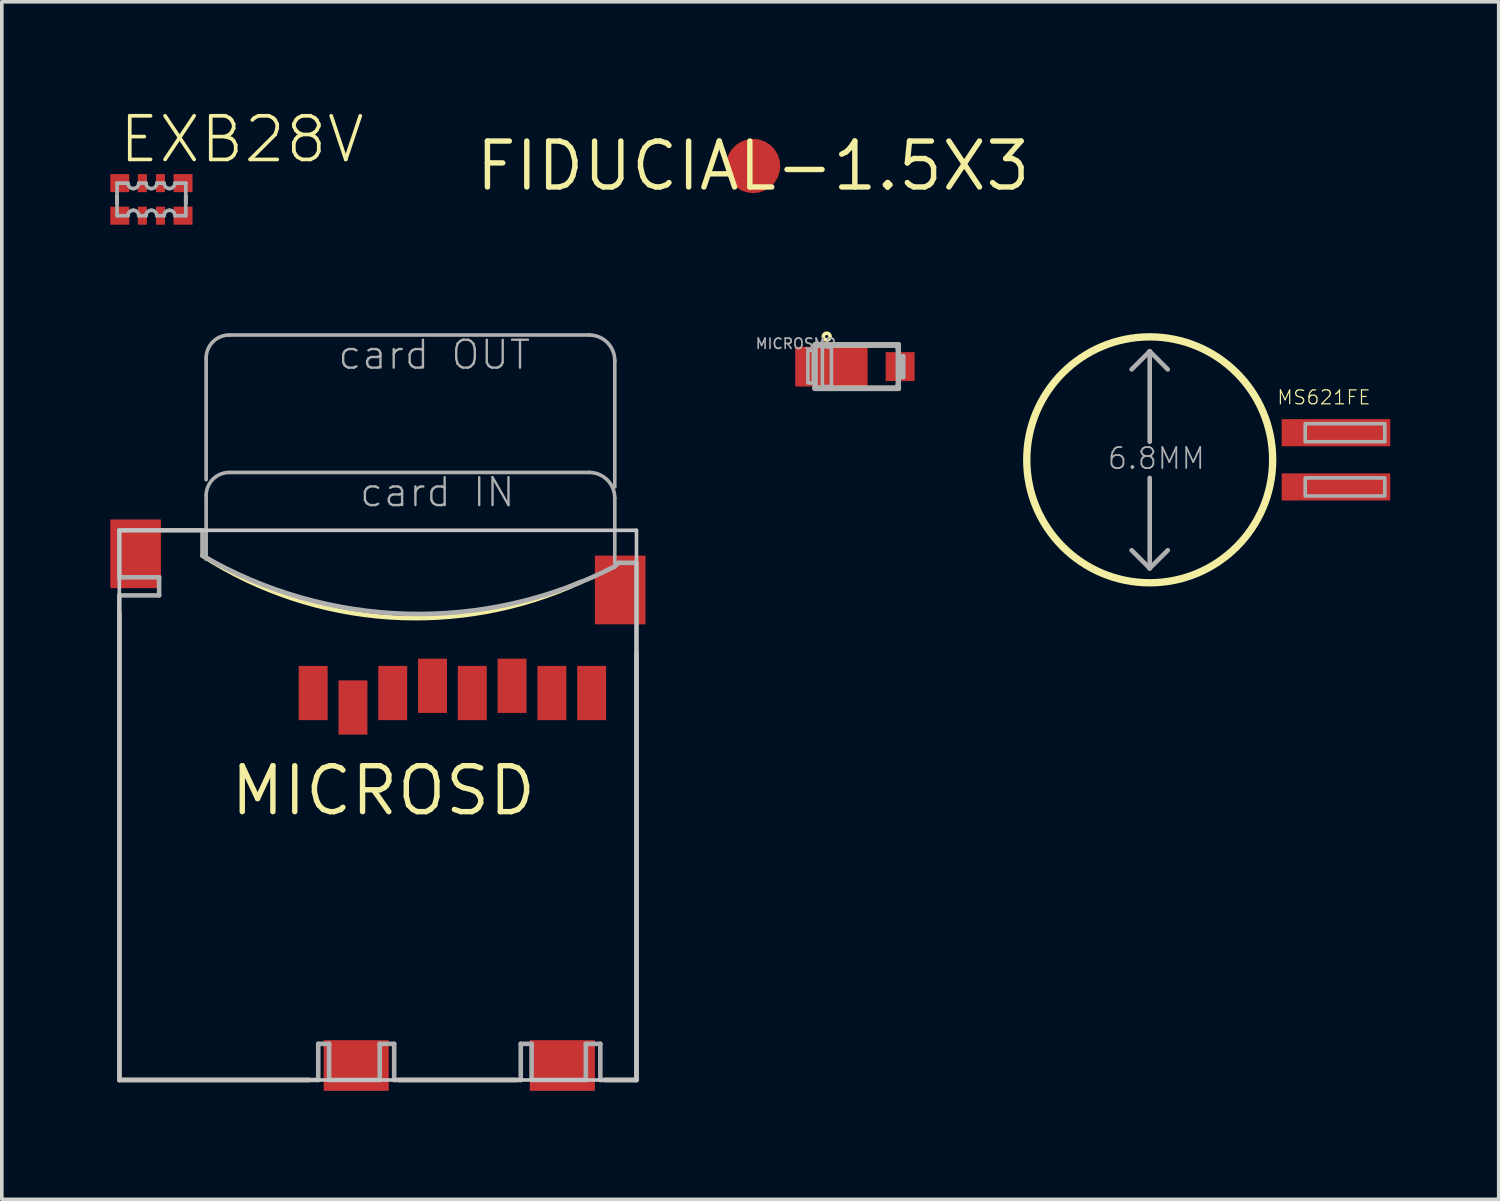
<source format=kicad_pcb>
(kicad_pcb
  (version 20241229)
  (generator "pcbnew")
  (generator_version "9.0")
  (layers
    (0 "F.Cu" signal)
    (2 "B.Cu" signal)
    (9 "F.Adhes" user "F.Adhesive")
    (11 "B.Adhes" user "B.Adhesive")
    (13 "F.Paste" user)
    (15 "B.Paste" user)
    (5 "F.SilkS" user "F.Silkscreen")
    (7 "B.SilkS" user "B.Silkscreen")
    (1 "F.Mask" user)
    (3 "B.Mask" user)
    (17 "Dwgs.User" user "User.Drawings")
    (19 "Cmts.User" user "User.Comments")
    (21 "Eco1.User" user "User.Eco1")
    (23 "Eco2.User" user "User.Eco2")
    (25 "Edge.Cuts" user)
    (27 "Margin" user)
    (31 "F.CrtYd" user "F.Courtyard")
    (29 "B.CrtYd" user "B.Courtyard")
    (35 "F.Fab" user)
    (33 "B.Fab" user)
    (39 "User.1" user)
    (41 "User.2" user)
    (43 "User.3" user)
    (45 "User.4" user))
  (footprint "MICROSD"
    (layer "F.Cu")
    (at 7.55 18.814)
    (property "Reference" "MICROSD" (at 0 0 0) (layer "F.SilkS") (effects (font (size 1.27 1.27) (thickness 0.15))))
    (attr through_hole)
    (fp_line (start -7.3 -4.9) (end -7.3 8) (stroke (width 0.127) (type solid)) (layer "F.SilkS"))
    (fp_line (start -7.3 8) (end -2.05 8) (stroke (width 0.127) (type solid)) (layer "F.SilkS"))
    (fp_line (start 0.425 8) (end 3.675 8) (stroke (width 0.127) (type solid)) (layer "F.SilkS"))
    (fp_line (start 6.125 8) (end 7 8) (stroke (width 0.127) (type solid)) (layer "F.SilkS"))
    (fp_line (start 7 8) (end 7 -3.8) (stroke (width 0.127) (type solid)) (layer "F.SilkS"))
    (fp_arc (start 5.4614 -5.7728) (mid 0.137591 -4.796949) (end -5 -6.5) (stroke (width 0.127) (type solid)) (layer "F.SilkS"))
    (fp_line (start -7.3 -7.2) (end 7 -7.2) (stroke (width 0.1) (type solid)) (layer "Dwgs.User"))
    (fp_line (start -7.3 8) (end -7.3 -7.2) (stroke (width 0.1) (type solid)) (layer "Dwgs.User"))
    (fp_line (start 7 -7.2) (end 7 8) (stroke (width 0.1) (type solid)) (layer "Dwgs.User"))
    (fp_line (start 7 8) (end -7.3 8) (stroke (width 0.1) (type solid)) (layer "Dwgs.User"))
    (fp_line (start -7.3 -7.2) (end -7.3 -5.9) (stroke (width 0.127) (type solid)) (layer "F.Fab"))
    (fp_line (start -7.3 -7.2) (end -5 -7.2) (stroke (width 0.127) (type solid)) (layer "F.Fab"))
    (fp_line (start -7.3 -5.9) (end -6.2 -5.9) (stroke (width 0.127) (type solid)) (layer "F.Fab"))
    (fp_line (start -7.3 -5.4) (end -7.3 8) (stroke (width 0.127) (type solid)) (layer "F.Fab"))
    (fp_line (start -7.3 8) (end -1.8 8) (stroke (width 0.127) (type solid)) (layer "F.Fab"))
    (fp_line (start -6.2 -5.9) (end -6.2 -5.4) (stroke (width 0.127) (type solid)) (layer "F.Fab"))
    (fp_line (start -6.2 -5.4) (end -7.3 -5.4) (stroke (width 0.127) (type solid)) (layer "F.Fab"))
    (fp_line (start -5 -7.2) (end -5 -6.5) (stroke (width 0.127) (type solid)) (layer "F.Fab"))
    (fp_line (start -4.9 -8.6) (end -4.9 -11.96) (stroke (width 0.1) (type solid)) (layer "F.Fab"))
    (fp_line (start -4.9 -6.4) (end -4.9 -8.16) (stroke (width 0.1) (type solid)) (layer "F.Fab"))
    (fp_line (start -4.26 -12.6) (end 5.693 -12.6) (stroke (width 0.1) (type solid)) (layer "F.Fab"))
    (fp_line (start -4.26 -8.8) (end 5.693 -8.8) (stroke (width 0.1) (type solid)) (layer "F.Fab"))
    (fp_line (start -1.8 7) (end -1.5 7) (stroke (width 0.127) (type solid)) (layer "F.Fab"))
    (fp_line (start -1.8 8) (end -1.8 7) (stroke (width 0.127) (type solid)) (layer "F.Fab"))
    (fp_line (start -1.5 7) (end -1.5 8) (stroke (width 0.127) (type solid)) (layer "F.Fab"))
    (fp_line (start -1.5 8) (end -0.1 8) (stroke (width 0.127) (type solid)) (layer "F.Fab"))
    (fp_line (start -0.1 7) (end 0.3 7) (stroke (width 0.127) (type solid)) (layer "F.Fab"))
    (fp_line (start -0.1 8) (end -0.1 7) (stroke (width 0.127) (type solid)) (layer "F.Fab"))
    (fp_line (start 0.3 7) (end 0.3 8) (stroke (width 0.127) (type solid)) (layer "F.Fab"))
    (fp_line (start 0.3 8) (end 3.8 8) (stroke (width 0.127) (type solid)) (layer "F.Fab"))
    (fp_line (start 3.8 7) (end 4.1 7) (stroke (width 0.127) (type solid)) (layer "F.Fab"))
    (fp_line (start 3.8 8) (end 3.8 7) (stroke (width 0.127) (type solid)) (layer "F.Fab"))
    (fp_line (start 4.1 7) (end 4.1 8) (stroke (width 0.127) (type solid)) (layer "F.Fab"))
    (fp_line (start 4.1 8) (end 5.6 8) (stroke (width 0.127) (type solid)) (layer "F.Fab"))
    (fp_line (start 5.6 7) (end 6 7) (stroke (width 0.127) (type solid)) (layer "F.Fab"))
    (fp_line (start 5.6 8) (end 5.6 7) (stroke (width 0.127) (type solid)) (layer "F.Fab"))
    (fp_line (start 6 7) (end 6 8) (stroke (width 0.127) (type solid)) (layer "F.Fab"))
    (fp_line (start 6 8) (end 7 8) (stroke (width 0.127) (type solid)) (layer "F.Fab"))
    (fp_line (start 6.4 -11.893) (end 6.4 -8.4) (stroke (width 0.1) (type solid)) (layer "F.Fab"))
    (fp_line (start 6.4 -8.093) (end 6.4 -6.3) (stroke (width 0.1) (type solid)) (layer "F.Fab"))
    (fp_line (start 6.4 -6.2) (end 6.5 -6.3) (stroke (width 0.127) (type solid)) (layer "F.Fab"))
    (fp_line (start 7 -6.3) (end 6.5 -6.3) (stroke (width 0.127) (type solid)) (layer "F.Fab"))
    (fp_line (start 7 8) (end 7 -6.3) (stroke (width 0.127) (type solid)) (layer "F.Fab"))
    (fp_arc (start -4.9 -11.9597) (mid -4.71246 -12.41246) (end -4.2597 -12.6) (stroke (width 0.1) (type solid)) (layer "F.Fab"))
    (fp_arc (start -4.9 -8.1597) (mid -4.71246 -8.61246) (end -4.2597 -8.8) (stroke (width 0.1) (type solid)) (layer "F.Fab"))
    (fp_arc (start 5.6929 -12.6) (mid 6.192866 -12.392865) (end 6.4 -11.892898) (stroke (width 0.1) (type solid)) (layer "F.Fab"))
    (fp_arc (start 5.6929 -8.8) (mid 6.192866 -8.592865) (end 6.4 -8.092898) (stroke (width 0.1) (type solid)) (layer "F.Fab"))
    (fp_arc (start 6.4 -6.2) (mid 0.661592 -4.890479) (end -5 -6.5) (stroke (width 0.127) (type solid)) (layer "F.Fab"))
    (fp_text user "card IN" (at -0.7 -7.8 0) (layer "F.Fab") (effects (font (size 0.772 0.772) (thickness 0.065)) (justify left bottom)))
    (fp_text user "card OUT" (at -1.3 -11.6 0) (layer "F.Fab") (effects (font (size 0.772 0.772) (thickness 0.065)) (justify left bottom)))
    (pad "1" smd rect (at -1.94 -2.7) (size 0.8 1.5) (layers "F.Cu" "F.Mask" "F.Paste"))
    (pad "2" smd rect (at -0.84 -2.3) (size 0.8 1.5) (layers "F.Cu" "F.Mask" "F.Paste"))
    (pad "3" smd rect (at 0.26 -2.7) (size 0.8 1.5) (layers "F.Cu" "F.Mask" "F.Paste"))
    (pad "4" smd rect (at 1.36 -2.9) (size 0.8 1.5) (layers "F.Cu" "F.Mask" "F.Paste"))
    (pad "5" smd rect (at 2.46 -2.7) (size 0.8 1.5) (layers "F.Cu" "F.Mask" "F.Paste"))
    (pad "6" smd rect (at 3.56 -2.9) (size 0.8 1.5) (layers "F.Cu" "F.Mask" "F.Paste"))
    (pad "7" smd rect (at 4.66 -2.7) (size 0.8 1.5) (layers "F.Cu" "F.Mask" "F.Paste"))
    (pad "8" smd rect (at 5.76 -2.7) (size 0.8 1.5) (layers "F.Cu" "F.Mask" "F.Paste"))
    (pad "NC" smd rect (at -6.85 -6.55) (size 1.4 1.9) (layers "F.Cu" "F.Mask" "F.Paste"))
    (pad "NC1" smd rect (at -0.75 7.6) (size 1.8 1.4) (layers "F.Cu" "F.Mask" "F.Paste"))
    (pad "NC2" smd rect (at 4.95 7.6) (size 1.8 1.4) (layers "F.Cu" "F.Mask" "F.Paste"))
    (pad "NC3" smd rect (at 6.55 -5.55) (size 1.4 1.9) (layers "F.Cu" "F.Mask" "F.Paste")))
  (footprint "MS621FE"
    (layer "F.Cu")
    (at 28.742 9.665)
    (property "Reference" "MS621FE" (at 3.5 -1.5 0) (layer "F.SilkS") (effects (font (size 0.386 0.386) (thickness 0.033)) (justify left bottom)))
    (attr through_hole)
    (fp_circle (center 0 0) (end 3.4 0) (stroke (width 0.203) (type solid)) (fill no) (layer "F.SilkS"))
    (fp_line (start 0 -3) (end -0.5 -2.5) (stroke (width 0.127) (type solid)) (layer "F.Fab"))
    (fp_line (start 0 -3) (end 0.5 -2.5) (stroke (width 0.127) (type solid)) (layer "F.Fab"))
    (fp_line (start 0 -0.5) (end 0 -3) (stroke (width 0.127) (type solid)) (layer "F.Fab"))
    (fp_line (start 0 3) (end -0.5 2.5) (stroke (width 0.127) (type solid)) (layer "F.Fab"))
    (fp_line (start 0 3) (end 0 0.5) (stroke (width 0.127) (type solid)) (layer "F.Fab"))
    (fp_line (start 0 3) (end 0.5 2.5) (stroke (width 0.127) (type solid)) (layer "F.Fab"))
    (fp_poly (pts (xy 6.5 -0.5) (xy 6.5 -1) (xy 4.3 -1) (xy 4.3 -0.5)) (stroke (width 0.1) (type solid)) (fill no) (layer "F.Fab"))
    (fp_poly (pts (xy 6.5 0.5) (xy 4.3 0.5) (xy 4.3 1) (xy 6.5 1)) (stroke (width 0.1) (type solid)) (fill no) (layer "F.Fab"))
    (fp_text user "6.8MM" (at -1.2 0.3 0) (layer "F.Fab") (effects (font (size 0.579 0.579) (thickness 0.049)) (justify left bottom)))
    (pad "1" smd rect (at 5.15 -0.75) (size 3 0.75) (layers "F.Cu" "F.Mask" "F.Paste"))
    (pad "2" smd rect (at 5.15 0.75) (size 3 0.75) (layers "F.Cu" "F.Mask" "F.Paste")))
  (footprint "FIDUCIAL-1.5X3"
    (layer "F.Cu")
    (at 17.776 1.54)
    (property "Reference" "FIDUCIAL-1.5X3" (at 0 0 0) (layer "F.SilkS") (effects (font (size 1.27 1.27) (thickness 0.15))))
    (attr through_hole)
    (fp_circle (center 0 0) (end 0.905 0) (stroke (width 1.27) (type solid)) (fill no) (layer "F.Mask"))
    (pad "1" smd roundrect (at 0 0) (size 1.5 1.5) (layers "F.Cu" "F.Mask") (roundrect_rratio 0.5)))
  (footprint "MICROSMP"
    (layer "F.Cu")
    (at 21.19 7.088)
    (property "Reference" "MICROSMP" (at -1.1 -0.8 0) (layer "F.Fab") (effects (font (size 0.285 0.285) (thickness 0.045)) (justify right top)))
    (attr through_hole)
    (fp_line (start -1.7 -0.6) (end 0.6 -0.6) (stroke (width 0.15) (type solid)) (layer "F.SilkS"))
    (fp_line (start 0.6 -0.6) (end 0.6 -0.5) (stroke (width 0.15) (type solid)) (layer "F.SilkS"))
    (fp_line (start 0.6 0.5) (end 0.6 0.6) (stroke (width 0.15) (type solid)) (layer "F.SilkS"))
    (fp_line (start 0.6 0.6) (end -1.7 0.6) (stroke (width 0.15) (type solid)) (layer "F.SilkS"))
    (fp_circle (center -1.38 -0.83) (end -1.335 -0.83) (stroke (width 0.1) (type solid)) (fill no) (layer "F.SilkS"))
    (fp_line (start -1.7 -0.6) (end 0.6 -0.6) (stroke (width 0.001) (type solid)) (layer "Dwgs.User"))
    (fp_line (start -1.7 0.6) (end -1.7 -0.6) (stroke (width 0.001) (type solid)) (layer "Dwgs.User"))
    (fp_line (start 0.6 -0.6) (end 0.6 0.6) (stroke (width 0.001) (type solid)) (layer "Dwgs.User"))
    (fp_line (start 0.6 0.6) (end -1.7 0.6) (stroke (width 0.001) (type solid)) (layer "Dwgs.User"))
    (fp_line (start -1.7 -0.6) (end 0.6 -0.6) (stroke (width 0.15) (type solid)) (layer "F.Fab"))
    (fp_line (start -1.7 0.6) (end -1.7 -0.6) (stroke (width 0.15) (type solid)) (layer "F.Fab"))
    (fp_line (start 0.6 -0.6) (end 0.6 0.6) (stroke (width 0.15) (type solid)) (layer "F.Fab"))
    (fp_line (start 0.6 0.6) (end -1.7 0.6) (stroke (width 0.15) (type solid)) (layer "F.Fab"))
    (fp_poly (pts (xy -1.9 0.45) (xy -1.75 0.45) (xy -1.75 -0.45) (xy -1.9 -0.45)) (stroke (width 0.1) (type solid)) (fill no) (layer "F.Fab"))
    (fp_poly (pts (xy -1.5 0.55) (xy -1.25 0.55) (xy -1.25 -0.55) (xy -1.5 -0.55)) (stroke (width 0.1) (type solid)) (fill no) (layer "F.Fab"))
    (fp_poly (pts (xy 0.65 0.3) (xy 0.75 0.3) (xy 0.75 -0.3) (xy 0.65 -0.3)) (stroke (width 0.1) (type solid)) (fill no) (layer "F.Fab"))
    (pad "ANODE" smd rect (at 0.65 0) (size 0.8 0.8) (layers "F.Cu" "F.Mask" "F.Paste"))
    (pad "CATHODE" smd rect (at -1.25 0) (size 2 1.1) (layers "F.Cu" "F.Mask" "F.Paste")))
  (footprint "EXB28V"
    (layer "F.Cu")
    (at 1.137 2.464)
    (property "Reference" "EXB28V" (at -0.953 -0.953 0) (layer "F.SilkS") (effects (font (size 1.206 1.206) (thickness 0.102)) (justify left bottom)))
    (attr through_hole)
    (fp_line (start -0.95 0.1) (end -0.95 -0.1) (stroke (width 0.102) (type solid)) (layer "F.SilkS"))
    (fp_line (start 0.95 -0.1) (end 0.95 0.1) (stroke (width 0.102) (type solid)) (layer "F.SilkS"))
    (fp_line (start -0.95 -0.45) (end -0.65 -0.45) (stroke (width 0.102) (type solid)) (layer "F.Fab"))
    (fp_line (start -0.95 0.45) (end -0.95 -0.45) (stroke (width 0.102) (type solid)) (layer "F.Fab"))
    (fp_line (start -0.65 0.45) (end -0.95 0.45) (stroke (width 0.102) (type solid)) (layer "F.Fab"))
    (fp_line (start -0.35 -0.45) (end -0.15 -0.45) (stroke (width 0.102) (type solid)) (layer "F.Fab"))
    (fp_line (start -0.15 0.45) (end -0.35 0.45) (stroke (width 0.102) (type solid)) (layer "F.Fab"))
    (fp_line (start 0.15 -0.45) (end 0.35 -0.45) (stroke (width 0.102) (type solid)) (layer "F.Fab"))
    (fp_line (start 0.35 0.45) (end 0.15 0.45) (stroke (width 0.102) (type solid)) (layer "F.Fab"))
    (fp_line (start 0.65 -0.45) (end 0.95 -0.45) (stroke (width 0.102) (type solid)) (layer "F.Fab"))
    (fp_line (start 0.95 -0.45) (end 0.95 0.45) (stroke (width 0.102) (type solid)) (layer "F.Fab"))
    (fp_line (start 0.95 0.45) (end 0.65 0.45) (stroke (width 0.102) (type solid)) (layer "F.Fab"))
    (fp_arc (start -0.65 0.45) (mid -0.606066 0.343934) (end -0.5 0.3) (stroke (width 0.1016) (type solid)) (layer "F.Fab"))
    (fp_arc (start -0.5 -0.3) (mid -0.606066 -0.343934) (end -0.65 -0.45) (stroke (width 0.1016) (type solid)) (layer "F.Fab"))
    (fp_arc (start -0.5 0.3) (mid -0.393934 0.343934) (end -0.35 0.45) (stroke (width 0.1016) (type solid)) (layer "F.Fab"))
    (fp_arc (start -0.35 -0.45) (mid -0.393934 -0.343934) (end -0.5 -0.3) (stroke (width 0.1016) (type solid)) (layer "F.Fab"))
    (fp_arc (start -0.15 0.45) (mid -0.106066 0.343934) (end 0 0.3) (stroke (width 0.1016) (type solid)) (layer "F.Fab"))
    (fp_arc (start 0 -0.3) (mid -0.106066 -0.343934) (end -0.15 -0.45) (stroke (width 0.1016) (type solid)) (layer "F.Fab"))
    (fp_arc (start 0 0.3) (mid 0.106066 0.343934) (end 0.15 0.45) (stroke (width 0.1016) (type solid)) (layer "F.Fab"))
    (fp_arc (start 0.15 -0.45) (mid 0.106066 -0.343934) (end 0 -0.3) (stroke (width 0.1016) (type solid)) (layer "F.Fab"))
    (fp_arc (start 0.35 0.45) (mid 0.393934 0.343934) (end 0.5 0.3) (stroke (width 0.1016) (type solid)) (layer "F.Fab"))
    (fp_arc (start 0.5 -0.3) (mid 0.393934 -0.343934) (end 0.35 -0.45) (stroke (width 0.1016) (type solid)) (layer "F.Fab"))
    (fp_arc (start 0.5 0.3) (mid 0.606066 0.343934) (end 0.65 0.45) (stroke (width 0.1016) (type solid)) (layer "F.Fab"))
    (fp_arc (start 0.65 -0.45) (mid 0.606066 -0.343934) (end 0.5 -0.3) (stroke (width 0.1016) (type solid)) (layer "F.Fab"))
    (pad "1" smd rect (at -0.875 0.45) (size 0.525 0.5) (layers "F.Cu" "F.Mask" "F.Paste"))
    (pad "2" smd rect (at -0.25 0.45) (size 0.25 0.5) (layers "F.Cu" "F.Mask" "F.Paste"))
    (pad "3" smd rect (at 0.25 0.45) (size 0.25 0.5) (layers "F.Cu" "F.Mask" "F.Paste"))
    (pad "4" smd rect (at 0.875 0.45) (size 0.525 0.5) (layers "F.Cu" "F.Mask" "F.Paste"))
    (pad "5" smd rect (at 0.875 -0.45 180) (size 0.525 0.5) (layers "F.Cu" "F.Mask" "F.Paste"))
    (pad "6" smd rect (at 0.25 -0.45 180) (size 0.25 0.5) (layers "F.Cu" "F.Mask" "F.Paste"))
    (pad "7" smd rect (at -0.25 -0.45 180) (size 0.25 0.5) (layers "F.Cu" "F.Mask" "F.Paste"))
    (pad "8" smd rect (at -0.875 -0.45 180) (size 0.525 0.5) (layers "F.Cu" "F.Mask" "F.Paste")))
  (gr_rect
    (start -3 -3)
    (end 38.392 30.114)
    (stroke (width 0.1) (type default))
    (fill no)
    (layer "Edge.Cuts")))
</source>
